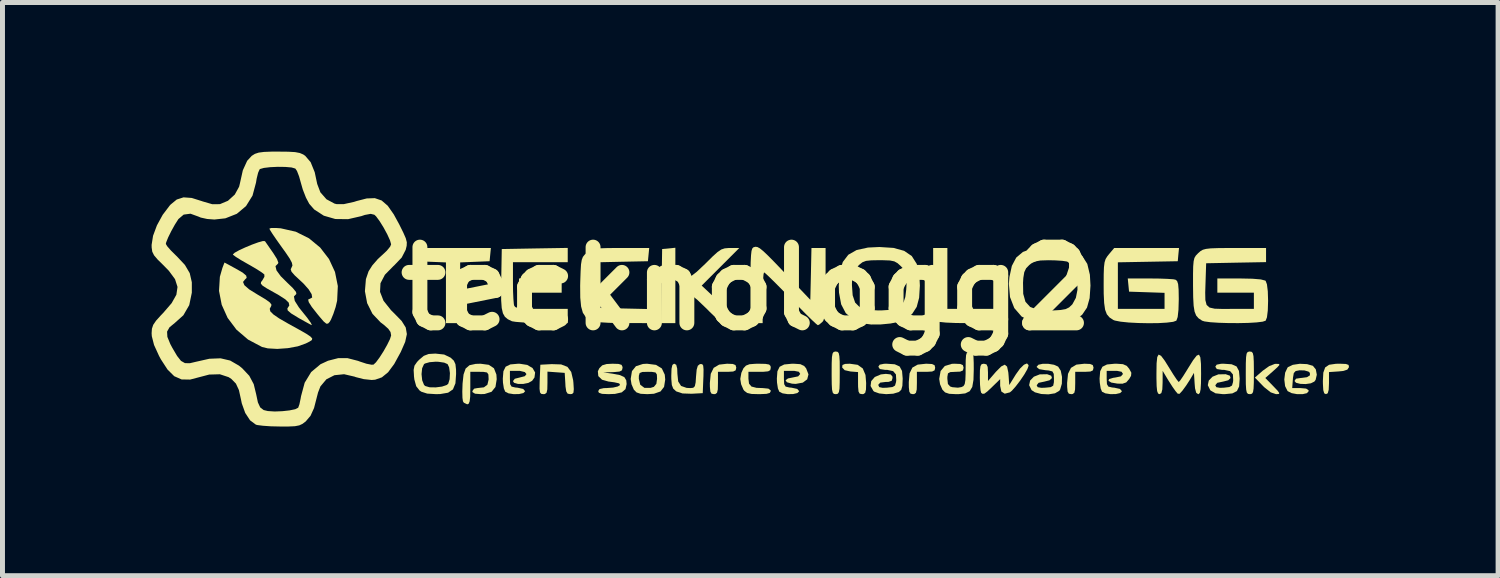
<source format=kicad_pcb>
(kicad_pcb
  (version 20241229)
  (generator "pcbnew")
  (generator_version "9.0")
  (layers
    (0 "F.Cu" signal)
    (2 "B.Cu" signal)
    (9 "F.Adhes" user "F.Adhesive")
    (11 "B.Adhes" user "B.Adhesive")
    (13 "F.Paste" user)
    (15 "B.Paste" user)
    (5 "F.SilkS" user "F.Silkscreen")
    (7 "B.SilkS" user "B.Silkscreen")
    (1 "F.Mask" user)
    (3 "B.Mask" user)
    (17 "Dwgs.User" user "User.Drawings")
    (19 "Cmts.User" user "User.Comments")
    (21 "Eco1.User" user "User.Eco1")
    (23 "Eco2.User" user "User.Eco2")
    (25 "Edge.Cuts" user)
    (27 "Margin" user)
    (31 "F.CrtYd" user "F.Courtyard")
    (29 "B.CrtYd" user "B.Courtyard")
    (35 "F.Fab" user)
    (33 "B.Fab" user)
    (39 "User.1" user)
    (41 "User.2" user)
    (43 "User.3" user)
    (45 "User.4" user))
  (footprint "tecknologg2"
    (layer "F.Cu")
    (at 11.965 2.756)
    (property "Reference" "tecknologg2" (at 0 0 0) (layer "F.SilkS") (effects (font (size 1.524 1.524) (thickness 0.3))))
    (attr through_hole)
    (fp_poly (pts (xy -3.716 0.082) (xy -4.574 0.082) (xy -4.574 -0.204) (xy -3.716 -0.204)) (stroke (width 0) (type solid)) (fill yes) (layer "F.SilkS"))
    (fp_poly (pts (xy -1.429 0.694) (xy -1.717 0.694) (xy -1.706 -0.051) (xy -1.695 -0.796) (xy -1.429 -0.822)) (stroke (width 0) (type solid)) (fill yes) (layer "F.SilkS"))
    (fp_poly (pts (xy -5.166 -0.551) (xy -5.758 -0.527) (xy -5.758 0.694) (xy -6.044 0.694) (xy -6.044 -0.527) (xy -6.34 -0.539) (xy -6.636 -0.551) (xy -6.661 -0.817) (xy -5.14 -0.817)) (stroke (width 0) (type solid)) (fill yes) (layer "F.SilkS"))
    (fp_poly (pts (xy 4.043 0.408) (xy 5.145 0.408) (xy 5.145 0.694) (xy 4.5 0.694) (xy 4.217 0.692) (xy 4.011 0.683) (xy 3.877 0.669) (xy 3.81 0.649) (xy 3.806 0.645) (xy 3.786 0.592) (xy 3.771 0.476) (xy 3.762 0.29) (xy 3.757 0.031) (xy 3.757 -0.11) (xy 3.757 -0.817) (xy 4.043 -0.817)) (stroke (width 0) (type solid)) (fill yes) (layer "F.SilkS"))
    (fp_poly (pts (xy 10.713 1.516) (xy 10.724 1.534) (xy 10.684 1.58) (xy 10.6 1.656) (xy 10.439 1.798) (xy 10.598 1.961) (xy 10.686 2.053) (xy 10.721 2.102) (xy 10.709 2.12) (xy 10.654 2.123) (xy 10.548 2.087) (xy 10.418 1.984) (xy 10.391 1.957) (xy 10.229 1.79) (xy 10.389 1.65) (xy 10.517 1.559) (xy 10.63 1.515) (xy 10.655 1.513)) (stroke (width 0) (type solid)) (fill yes) (layer "F.SilkS"))
    (fp_poly (pts (xy 2.238 1.533) (xy 2.341 1.606) (xy 2.396 1.737) (xy 2.409 1.899) (xy 2.406 2.029) (xy 2.39 2.096) (xy 2.356 2.121) (xy 2.328 2.123) (xy 2.28 2.114) (xy 2.256 2.071) (xy 2.247 1.976) (xy 2.246 1.901) (xy 2.246 1.679) (xy 2.093 1.667) (xy 1.977 1.641) (xy 1.928 1.588) (xy 1.927 1.582) (xy 1.933 1.536) (xy 1.986 1.515) (xy 2.08 1.511)) (stroke (width 0) (type solid)) (fill yes) (layer "F.SilkS"))
    (fp_poly (pts (xy 12.061 1.516) (xy 12.114 1.535) (xy 12.122 1.577) (xy 12.121 1.582) (xy 12.089 1.63) (xy 12.004 1.657) (xy 11.914 1.666) (xy 11.72 1.679) (xy 11.72 1.901) (xy 11.714 2.036) (xy 11.695 2.105) (xy 11.659 2.123) (xy 11.624 2.106) (xy 11.605 2.042) (xy 11.598 1.918) (xy 11.597 1.859) (xy 11.606 1.69) (xy 11.643 1.586) (xy 11.722 1.532) (xy 11.86 1.512) (xy 11.945 1.511)) (stroke (width 0) (type solid)) (fill yes) (layer "F.SilkS"))
    (fp_poly (pts (xy -0.273 1.516) (xy -0.219 1.538) (xy -0.204 1.587) (xy -0.204 1.593) (xy -0.216 1.644) (xy -0.266 1.668) (xy -0.375 1.674) (xy -0.388 1.674) (xy -0.572 1.674) (xy -0.572 1.899) (xy -0.575 2.029) (xy -0.591 2.096) (xy -0.625 2.121) (xy -0.653 2.123) (xy -0.701 2.114) (xy -0.725 2.072) (xy -0.734 1.978) (xy -0.735 1.899) (xy -0.717 1.714) (xy -0.658 1.594) (xy -0.548 1.529) (xy -0.388 1.511)) (stroke (width 0) (type solid)) (fill yes) (layer "F.SilkS"))
    (fp_poly (pts (xy 3.734 1.517) (xy 3.786 1.541) (xy 3.798 1.593) (xy 3.786 1.644) (xy 3.736 1.668) (xy 3.627 1.674) (xy 3.614 1.674) (xy 3.43 1.674) (xy 3.43 1.899) (xy 3.427 2.029) (xy 3.411 2.096) (xy 3.377 2.121) (xy 3.349 2.123) (xy 3.303 2.114) (xy 3.278 2.075) (xy 3.268 1.986) (xy 3.267 1.881) (xy 3.283 1.703) (xy 3.339 1.589) (xy 3.446 1.529) (xy 3.614 1.511) (xy 3.623 1.511)) (stroke (width 0) (type solid)) (fill yes) (layer "F.SilkS"))
    (fp_poly (pts (xy 6.914 1.516) (xy 6.968 1.538) (xy 6.983 1.587) (xy 6.983 1.593) (xy 6.971 1.644) (xy 6.921 1.668) (xy 6.812 1.674) (xy 6.799 1.674) (xy 6.615 1.674) (xy 6.615 1.899) (xy 6.612 2.029) (xy 6.597 2.096) (xy 6.562 2.121) (xy 6.534 2.123) (xy 6.487 2.114) (xy 6.462 2.072) (xy 6.453 1.978) (xy 6.452 1.899) (xy 6.47 1.714) (xy 6.53 1.594) (xy 6.639 1.529) (xy 6.799 1.511)) (stroke (width 0) (type solid)) (fill yes) (layer "F.SilkS"))
    (fp_poly (pts (xy 1.833 1.271) (xy 1.857 1.297) (xy 1.87 1.358) (xy 1.877 1.467) (xy 1.878 1.641) (xy 1.878 1.695) (xy 1.877 1.886) (xy 1.873 2.01) (xy 1.861 2.081) (xy 1.84 2.114) (xy 1.807 2.123) (xy 1.797 2.123) (xy 1.76 2.118) (xy 1.737 2.092) (xy 1.723 2.032) (xy 1.717 1.922) (xy 1.715 1.748) (xy 1.715 1.695) (xy 1.716 1.503) (xy 1.721 1.379) (xy 1.733 1.308) (xy 1.754 1.275) (xy 1.787 1.266) (xy 1.797 1.266)) (stroke (width 0) (type solid)) (fill yes) (layer "F.SilkS"))
    (fp_poly (pts (xy 10.164 1.271) (xy 10.187 1.297) (xy 10.201 1.358) (xy 10.207 1.467) (xy 10.209 1.641) (xy 10.209 1.695) (xy 10.208 1.886) (xy 10.203 2.01) (xy 10.192 2.081) (xy 10.171 2.114) (xy 10.138 2.123) (xy 10.127 2.123) (xy 10.091 2.118) (xy 10.067 2.092) (xy 10.054 2.032) (xy 10.047 1.922) (xy 10.046 1.748) (xy 10.046 1.695) (xy 10.047 1.503) (xy 10.052 1.379) (xy 10.063 1.308) (xy 10.084 1.275) (xy 10.117 1.266) (xy 10.127 1.266)) (stroke (width 0) (type solid)) (fill yes) (layer "F.SilkS"))
    (fp_poly (pts (xy -3.727 1.525) (xy -3.6 1.574) (xy -3.524 1.676) (xy -3.485 1.843) (xy -3.48 1.892) (xy -3.472 2.023) (xy -3.479 2.093) (xy -3.506 2.119) (xy -3.546 2.123) (xy -3.596 2.113) (xy -3.624 2.067) (xy -3.639 1.968) (xy -3.642 1.909) (xy -3.655 1.695) (xy -4.002 1.67) (xy -4.002 1.897) (xy -4.005 2.027) (xy -4.02 2.095) (xy -4.054 2.121) (xy -4.085 2.123) (xy -4.128 2.117) (xy -4.152 2.087) (xy -4.161 2.015) (xy -4.159 1.885) (xy -4.157 1.827) (xy -4.145 1.531) (xy -3.917 1.519)) (stroke (width 0) (type solid)) (fill yes) (layer "F.SilkS"))
    (fp_poly (pts (xy -3.594 -0.531) (xy -4.696 -0.531) (xy -4.696 -0.126) (xy -4.694 0.054) (xy -4.687 0.207) (xy -4.678 0.312) (xy -4.671 0.344) (xy -4.649 0.371) (xy -4.599 0.389) (xy -4.507 0.401) (xy -4.36 0.407) (xy -4.147 0.408) (xy -4.12 0.408) (xy -3.594 0.408) (xy -3.594 0.694) (xy -4.114 0.692) (xy -4.319 0.688) (xy -4.5 0.68) (xy -4.638 0.669) (xy -4.714 0.657) (xy -4.717 0.656) (xy -4.799 0.616) (xy -4.858 0.567) (xy -4.898 0.496) (xy -4.922 0.39) (xy -4.933 0.237) (xy -4.935 0.023) (xy -4.932 -0.168) (xy -4.921 -0.796) (xy -4.257 -0.808) (xy -3.594 -0.819)) (stroke (width 0) (type solid)) (fill yes) (layer "F.SilkS"))
    (fp_poly (pts (xy -0.899 -0.061) (xy -0.5 0.314) (xy -0.102 0.69) (xy -0.307 0.692) (xy -0.401 0.691) (xy -0.473 0.678) (xy -0.542 0.643) (xy -0.625 0.576) (xy -0.739 0.466) (xy -0.817 0.388) (xy -0.992 0.221) (xy -1.124 0.119) (xy -1.21 0.082) (xy -1.214 0.082) (xy -1.277 0.069) (xy -1.303 0.016) (xy -1.307 -0.061) (xy -1.299 -0.158) (xy -1.264 -0.198) (xy -1.214 -0.204) (xy -1.13 -0.237) (xy -1.001 -0.336) (xy -0.828 -0.499) (xy -0.817 -0.51) (xy -0.679 -0.647) (xy -0.58 -0.736) (xy -0.505 -0.787) (xy -0.436 -0.81) (xy -0.356 -0.817) (xy -0.328 -0.817) (xy -0.143 -0.817)) (stroke (width 0) (type solid)) (fill yes) (layer "F.SilkS"))
    (fp_poly (pts (xy -1.981 -0.551) (xy -2.523 -0.54) (xy -3.065 -0.528) (xy -3.042 0.388) (xy -2.501 0.399) (xy -1.96 0.411) (xy -1.96 0.694) (xy -2.501 0.693) (xy -2.762 0.688) (xy -2.952 0.677) (xy -3.08 0.657) (xy -3.149 0.633) (xy -3.232 0.572) (xy -3.29 0.485) (xy -3.325 0.359) (xy -3.342 0.182) (xy -3.344 -0.059) (xy -3.342 -0.143) (xy -3.335 -0.348) (xy -3.327 -0.487) (xy -3.312 -0.578) (xy -3.289 -0.638) (xy -3.252 -0.684) (xy -3.214 -0.718) (xy -3.164 -0.757) (xy -3.111 -0.784) (xy -3.04 -0.802) (xy -2.936 -0.811) (xy -2.782 -0.816) (xy -2.565 -0.817) (xy -2.527 -0.817) (xy -1.955 -0.817)) (stroke (width 0) (type solid)) (fill yes) (layer "F.SilkS"))
    (fp_poly (pts (xy -1.411 1.533) (xy -1.392 1.609) (xy -1.388 1.714) (xy -1.372 1.868) (xy -1.314 1.958) (xy -1.203 1.997) (xy -1.128 2.001) (xy -1.069 1.995) (xy -1.037 1.963) (xy -1.021 1.887) (xy -1.013 1.767) (xy -1 1.628) (xy -0.977 1.552) (xy -0.937 1.52) (xy -0.927 1.518) (xy -0.89 1.519) (xy -0.869 1.549) (xy -0.862 1.626) (xy -0.864 1.765) (xy -0.866 1.804) (xy -0.878 2.103) (xy -1.103 2.115) (xy -1.285 2.109) (xy -1.407 2.069) (xy -1.419 2.061) (xy -1.472 2.011) (xy -1.5 1.939) (xy -1.51 1.821) (xy -1.511 1.754) (xy -1.506 1.612) (xy -1.489 1.536) (xy -1.456 1.511) (xy -1.45 1.511)) (stroke (width 0) (type solid)) (fill yes) (layer "F.SilkS"))
    (fp_poly (pts (xy 0.383 1.514) (xy 0.457 1.527) (xy 0.486 1.557) (xy 0.49 1.593) (xy 0.48 1.64) (xy 0.438 1.664) (xy 0.344 1.673) (xy 0.265 1.674) (xy 0.041 1.674) (xy 0.041 1.813) (xy 0.053 1.912) (xy 0.102 1.97) (xy 0.203 1.996) (xy 0.33 2.001) (xy 0.442 2.012) (xy 0.488 2.046) (xy 0.49 2.062) (xy 0.471 2.098) (xy 0.404 2.117) (xy 0.273 2.123) (xy 0.247 2.123) (xy 0.103 2.119) (xy 0.016 2.099) (xy -0.04 2.057) (xy -0.059 2.033) (xy -0.106 1.924) (xy -0.123 1.817) (xy -0.101 1.694) (xy -0.059 1.602) (xy -0.009 1.549) (xy 0.063 1.521) (xy 0.182 1.512) (xy 0.247 1.511)) (stroke (width 0) (type solid)) (fill yes) (layer "F.SilkS"))
    (fp_poly (pts (xy -1.818 1.534) (xy -1.701 1.606) (xy -1.642 1.731) (xy -1.633 1.831) (xy -1.656 1.977) (xy -1.728 2.069) (xy -1.86 2.115) (xy -1.992 2.123) (xy -2.127 2.116) (xy -2.21 2.088) (xy -2.264 2.033) (xy -2.311 1.924) (xy -2.328 1.817) (xy -2.327 1.814) (xy -2.164 1.814) (xy -2.135 1.934) (xy -2.052 1.996) (xy -1.925 1.996) (xy -1.861 1.976) (xy -1.811 1.915) (xy -1.797 1.813) (xy -1.801 1.728) (xy -1.828 1.687) (xy -1.901 1.675) (xy -1.981 1.674) (xy -2.093 1.677) (xy -2.147 1.698) (xy -2.163 1.753) (xy -2.164 1.814) (xy -2.327 1.814) (xy -2.302 1.66) (xy -2.222 1.561) (xy -2.082 1.516) (xy -1.999 1.511)) (stroke (width 0) (type solid)) (fill yes) (layer "F.SilkS"))
    (fp_poly (pts (xy -5.182 1.533) (xy -5.078 1.603) (xy -5.029 1.729) (xy -5.023 1.824) (xy -5.048 1.979) (xy -5.127 2.076) (xy -5.267 2.12) (xy -5.343 2.123) (xy -5.459 2.114) (xy -5.509 2.083) (xy -5.513 2.062) (xy -5.478 2.013) (xy -5.414 2.001) (xy -5.28 1.986) (xy -5.21 1.933) (xy -5.186 1.831) (xy -5.186 1.813) (xy -5.19 1.728) (xy -5.218 1.687) (xy -5.29 1.675) (xy -5.37 1.674) (xy -5.554 1.674) (xy -5.554 2.001) (xy -5.556 2.168) (xy -5.567 2.268) (xy -5.587 2.316) (xy -5.616 2.328) (xy -5.684 2.295) (xy -5.702 2.266) (xy -5.712 2.196) (xy -5.715 2.071) (xy -5.71 1.918) (xy -5.71 1.914) (xy -5.69 1.728) (xy -5.648 1.608) (xy -5.57 1.541) (xy -5.445 1.514) (xy -5.348 1.511)) (stroke (width 0) (type solid)) (fill yes) (layer "F.SilkS"))
    (fp_poly (pts (xy -4.409 1.535) (xy -4.302 1.598) (xy -4.25 1.687) (xy -4.263 1.788) (xy -4.311 1.855) (xy -4.387 1.897) (xy -4.492 1.918) (xy -4.596 1.917) (xy -4.673 1.895) (xy -4.696 1.861) (xy -4.659 1.813) (xy -4.563 1.789) (xy -4.458 1.762) (xy -4.424 1.72) (xy -4.457 1.679) (xy -4.556 1.655) (xy -4.594 1.654) (xy -4.757 1.654) (xy -4.757 1.817) (xy -4.753 1.922) (xy -4.724 1.971) (xy -4.649 1.989) (xy -4.604 1.993) (xy -4.49 2.018) (xy -4.451 2.064) (xy -4.451 2.065) (xy -4.486 2.101) (xy -4.573 2.121) (xy -4.682 2.123) (xy -4.785 2.107) (xy -4.851 2.074) (xy -4.879 2.008) (xy -4.897 1.891) (xy -4.9 1.81) (xy -4.888 1.662) (xy -4.843 1.571) (xy -4.749 1.525) (xy -4.593 1.511) (xy -4.562 1.511)) (stroke (width 0) (type solid)) (fill yes) (layer "F.SilkS"))
    (fp_poly (pts (xy -2.571 1.515) (xy -2.511 1.534) (xy -2.492 1.575) (xy -2.491 1.593) (xy -2.503 1.643) (xy -2.553 1.669) (xy -2.661 1.679) (xy -2.685 1.68) (xy -2.879 1.685) (xy -2.695 1.711) (xy -2.543 1.74) (xy -2.456 1.78) (xy -2.417 1.844) (xy -2.409 1.92) (xy -2.432 2.022) (xy -2.507 2.087) (xy -2.644 2.118) (xy -2.774 2.123) (xy -2.904 2.117) (xy -2.967 2.095) (xy -2.981 2.062) (xy -2.955 2.021) (xy -2.869 2.002) (xy -2.807 2) (xy -2.682 1.991) (xy -2.588 1.969) (xy -2.541 1.94) (xy -2.556 1.91) (xy -2.574 1.903) (xy -2.655 1.885) (xy -2.768 1.87) (xy -2.772 1.87) (xy -2.904 1.833) (xy -2.979 1.76) (xy -2.988 1.663) (xy -2.958 1.601) (xy -2.899 1.543) (xy -2.811 1.517) (xy -2.693 1.511)) (stroke (width 0) (type solid)) (fill yes) (layer "F.SilkS"))
    (fp_poly (pts (xy 1.085 1.52) (xy 1.162 1.556) (xy 1.202 1.604) (xy 1.249 1.725) (xy 1.223 1.825) (xy 1.135 1.891) (xy 0.992 1.917) (xy 0.917 1.912) (xy 0.815 1.884) (xy 0.788 1.844) (xy 0.836 1.807) (xy 0.926 1.789) (xy 1.042 1.765) (xy 1.082 1.718) (xy 1.082 1.715) (xy 1.055 1.673) (xy 0.966 1.655) (xy 0.919 1.654) (xy 0.755 1.654) (xy 0.755 1.817) (xy 0.76 1.922) (xy 0.789 1.971) (xy 0.864 1.989) (xy 0.909 1.993) (xy 1.023 2.018) (xy 1.062 2.064) (xy 1.062 2.065) (xy 1.026 2.101) (xy 0.94 2.121) (xy 0.831 2.123) (xy 0.728 2.107) (xy 0.662 2.074) (xy 0.634 2.008) (xy 0.616 1.891) (xy 0.613 1.81) (xy 0.624 1.663) (xy 0.669 1.572) (xy 0.761 1.526) (xy 0.916 1.511) (xy 0.956 1.511)) (stroke (width 0) (type solid)) (fill yes) (layer "F.SilkS"))
    (fp_poly (pts (xy -10.272 -0.402) (xy -10.132 -0.321) (xy -10.062 -0.261) (xy -10.053 -0.216) (xy -10.086 -0.184) (xy -10.126 -0.134) (xy -10.099 -0.069) (xy -10.003 0.015) (xy -9.832 0.121) (xy -9.822 0.127) (xy -9.671 0.217) (xy -9.584 0.281) (xy -9.553 0.325) (xy -9.561 0.354) (xy -9.589 0.406) (xy -9.577 0.458) (xy -9.516 0.519) (xy -9.4 0.599) (xy -9.218 0.704) (xy -9.204 0.712) (xy -8.997 0.826) (xy -8.855 0.907) (xy -8.77 0.964) (xy -8.734 1.003) (xy -8.741 1.034) (xy -8.784 1.063) (xy -8.856 1.1) (xy -8.862 1.103) (xy -9.024 1.161) (xy -9.226 1.198) (xy -9.438 1.213) (xy -9.628 1.202) (xy -9.744 1.174) (xy -10.025 1.025) (xy -10.258 0.826) (xy -10.436 0.589) (xy -10.555 0.325) (xy -10.609 0.046) (xy -10.592 -0.238) (xy -10.541 -0.416) (xy -10.499 -0.525)) (stroke (width 0) (type solid)) (fill yes) (layer "F.SilkS"))
    (fp_poly (pts (xy -9.367 -1.213) (xy -9.066 -1.145) (xy -8.799 -1.012) (xy -8.574 -0.826) (xy -8.397 -0.596) (xy -8.276 -0.335) (xy -8.219 -0.051) (xy -8.233 0.243) (xy -8.263 0.371) (xy -8.309 0.509) (xy -8.357 0.624) (xy -8.383 0.669) (xy -8.416 0.704) (xy -8.451 0.705) (xy -8.502 0.663) (xy -8.583 0.569) (xy -8.63 0.512) (xy -8.744 0.367) (xy -8.804 0.272) (xy -8.816 0.22) (xy -8.782 0.204) (xy -8.78 0.204) (xy -8.735 0.179) (xy -8.746 0.112) (xy -8.806 0.015) (xy -8.91 -0.102) (xy -8.97 -0.158) (xy -9.087 -0.267) (xy -9.15 -0.339) (xy -9.167 -0.388) (xy -9.149 -0.427) (xy -9.132 -0.465) (xy -9.143 -0.52) (xy -9.187 -0.604) (xy -9.272 -0.73) (xy -9.347 -0.834) (xy -9.45 -0.979) (xy -9.533 -1.1) (xy -9.584 -1.181) (xy -9.596 -1.207) (xy -9.56 -1.219) (xy -9.465 -1.22)) (stroke (width 0) (type solid)) (fill yes) (layer "F.SilkS"))
    (fp_poly (pts (xy 5.675 1.537) (xy 5.676 1.555) (xy 5.652 1.621) (xy 5.591 1.727) (xy 5.508 1.85) (xy 5.419 1.966) (xy 5.341 2.054) (xy 5.301 2.087) (xy 5.197 2.114) (xy 5.129 2.07) (xy 5.105 1.958) (xy 5.105 1.953) (xy 5.105 1.821) (xy 4.95 1.972) (xy 4.85 2.067) (xy 4.79 2.112) (xy 4.752 2.117) (xy 4.723 2.096) (xy 4.71 2.044) (xy 4.7 1.935) (xy 4.696 1.791) (xy 4.696 1.79) (xy 4.698 1.642) (xy 4.709 1.558) (xy 4.732 1.52) (xy 4.774 1.511) (xy 4.778 1.511) (xy 4.83 1.524) (xy 4.854 1.576) (xy 4.86 1.684) (xy 4.86 1.858) (xy 5.019 1.674) (xy 5.126 1.566) (xy 5.198 1.53) (xy 5.244 1.569) (xy 5.269 1.686) (xy 5.275 1.756) (xy 5.288 1.94) (xy 5.421 1.725) (xy 5.506 1.607) (xy 5.584 1.531) (xy 5.645 1.505)) (stroke (width 0) (type solid)) (fill yes) (layer "F.SilkS"))
    (fp_poly (pts (xy 6.076 1.513) (xy 6.189 1.532) (xy 6.271 1.569) (xy 6.324 1.651) (xy 6.349 1.776) (xy 6.346 1.914) (xy 6.312 2.029) (xy 6.294 2.056) (xy 6.208 2.106) (xy 6.076 2.127) (xy 5.931 2.12) (xy 5.804 2.086) (xy 5.737 2.042) (xy 5.688 1.943) (xy 5.708 1.849) (xy 5.783 1.772) (xy 5.902 1.725) (xy 6.05 1.722) (xy 6.132 1.752) (xy 6.147 1.799) (xy 6.099 1.844) (xy 5.997 1.87) (xy 5.993 1.871) (xy 5.878 1.895) (xy 5.84 1.944) (xy 5.84 1.945) (xy 5.86 1.983) (xy 5.933 1.996) (xy 6.013 1.993) (xy 6.122 1.982) (xy 6.172 1.953) (xy 6.186 1.883) (xy 6.187 1.817) (xy 6.183 1.715) (xy 6.156 1.666) (xy 6.083 1.647) (xy 6.013 1.641) (xy 5.889 1.62) (xy 5.841 1.579) (xy 5.84 1.57) (xy 5.875 1.531) (xy 5.963 1.512)) (stroke (width 0) (type solid)) (fill yes) (layer "F.SilkS"))
    (fp_poly (pts (xy 7.575 1.52) (xy 7.652 1.554) (xy 7.701 1.613) (xy 7.744 1.692) (xy 7.738 1.755) (xy 7.7 1.819) (xy 7.641 1.887) (xy 7.565 1.913) (xy 7.464 1.911) (xy 7.341 1.89) (xy 7.284 1.856) (xy 7.296 1.82) (xy 7.381 1.794) (xy 7.419 1.789) (xy 7.535 1.765) (xy 7.575 1.718) (xy 7.575 1.715) (xy 7.548 1.673) (xy 7.459 1.655) (xy 7.412 1.654) (xy 7.248 1.654) (xy 7.248 1.817) (xy 7.253 1.922) (xy 7.282 1.971) (xy 7.357 1.989) (xy 7.402 1.993) (xy 7.515 2.018) (xy 7.555 2.064) (xy 7.555 2.065) (xy 7.519 2.101) (xy 7.433 2.121) (xy 7.324 2.123) (xy 7.221 2.107) (xy 7.154 2.074) (xy 7.127 2.008) (xy 7.109 1.891) (xy 7.105 1.81) (xy 7.117 1.663) (xy 7.162 1.572) (xy 7.254 1.526) (xy 7.409 1.511) (xy 7.449 1.511)) (stroke (width 0) (type solid)) (fill yes) (layer "F.SilkS"))
    (fp_poly (pts (xy 9.762 1.522) (xy 9.861 1.566) (xy 9.909 1.656) (xy 9.923 1.807) (xy 9.923 1.817) (xy 9.912 1.969) (xy 9.868 2.061) (xy 9.776 2.108) (xy 9.622 2.123) (xy 9.585 2.123) (xy 9.436 2.106) (xy 9.339 2.05) (xy 9.331 2.042) (xy 9.282 1.943) (xy 9.302 1.849) (xy 9.377 1.772) (xy 9.495 1.725) (xy 9.643 1.722) (xy 9.726 1.752) (xy 9.74 1.799) (xy 9.693 1.844) (xy 9.591 1.87) (xy 9.586 1.871) (xy 9.472 1.895) (xy 9.433 1.944) (xy 9.433 1.945) (xy 9.454 1.983) (xy 9.527 1.996) (xy 9.607 1.993) (xy 9.716 1.98) (xy 9.769 1.95) (xy 9.789 1.881) (xy 9.793 1.842) (xy 9.787 1.726) (xy 9.731 1.66) (xy 9.614 1.635) (xy 9.566 1.634) (xy 9.464 1.618) (xy 9.433 1.572) (xy 9.46 1.53) (xy 9.548 1.512) (xy 9.599 1.511)) (stroke (width 0) (type solid)) (fill yes) (layer "F.SilkS"))
    (fp_poly (pts (xy 11.279 1.519) (xy 11.396 1.553) (xy 11.455 1.625) (xy 11.475 1.732) (xy 11.451 1.836) (xy 11.426 1.87) (xy 11.355 1.905) (xy 11.251 1.92) (xy 11.142 1.916) (xy 11.057 1.894) (xy 11.026 1.858) (xy 11.057 1.812) (xy 11.157 1.797) (xy 11.166 1.797) (xy 11.277 1.782) (xy 11.337 1.744) (xy 11.335 1.694) (xy 11.307 1.669) (xy 11.227 1.646) (xy 11.128 1.643) (xy 11.05 1.658) (xy 11.012 1.699) (xy 10.996 1.791) (xy 10.993 1.827) (xy 10.98 2.001) (xy 11.146 2.001) (xy 11.26 2.011) (xy 11.308 2.043) (xy 11.312 2.062) (xy 11.277 2.103) (xy 11.19 2.123) (xy 11.078 2.123) (xy 10.969 2.103) (xy 10.89 2.063) (xy 10.886 2.059) (xy 10.837 1.962) (xy 10.821 1.827) (xy 10.838 1.691) (xy 10.886 1.589) (xy 10.896 1.579) (xy 10.993 1.533) (xy 11.133 1.512)) (stroke (width 0) (type solid)) (fill yes) (layer "F.SilkS"))
    (fp_poly (pts (xy 2.984 1.522) (xy 3.082 1.566) (xy 3.131 1.656) (xy 3.144 1.807) (xy 3.144 1.817) (xy 3.138 1.956) (xy 3.115 2.036) (xy 3.068 2.08) (xy 3.065 2.081) (xy 2.954 2.114) (xy 2.812 2.123) (xy 2.673 2.109) (xy 2.572 2.073) (xy 2.555 2.059) (xy 2.498 1.959) (xy 2.511 1.861) (xy 2.583 1.778) (xy 2.705 1.726) (xy 2.806 1.715) (xy 2.901 1.726) (xy 2.937 1.766) (xy 2.94 1.797) (xy 2.924 1.853) (xy 2.862 1.876) (xy 2.797 1.878) (xy 2.693 1.891) (xy 2.655 1.932) (xy 2.654 1.942) (xy 2.673 1.982) (xy 2.741 1.996) (xy 2.828 1.993) (xy 2.938 1.98) (xy 2.99 1.95) (xy 3.01 1.881) (xy 3.015 1.842) (xy 3.008 1.726) (xy 2.952 1.66) (xy 2.835 1.635) (xy 2.787 1.634) (xy 2.685 1.618) (xy 2.654 1.572) (xy 2.681 1.53) (xy 2.769 1.512) (xy 2.82 1.511)) (stroke (width 0) (type solid)) (fill yes) (layer "F.SilkS"))
    (fp_poly (pts (xy 0.221 -0.837) (xy 0.271 -0.81) (xy 0.34 -0.754) (xy 0.438 -0.661) (xy 0.572 -0.525) (xy 0.752 -0.337) (xy 0.796 -0.29) (xy 1.286 0.225) (xy 1.298 -0.296) (xy 1.309 -0.817) (xy 1.593 -0.817) (xy 1.593 -0.105) (xy 1.591 0.161) (xy 1.588 0.357) (xy 1.58 0.495) (xy 1.567 0.586) (xy 1.549 0.642) (xy 1.528 0.671) (xy 1.466 0.723) (xy 1.437 0.736) (xy 1.401 0.708) (xy 1.318 0.631) (xy 1.198 0.513) (xy 1.05 0.363) (xy 0.897 0.205) (xy 0.731 0.035) (xy 0.585 -0.112) (xy 0.467 -0.228) (xy 0.387 -0.303) (xy 0.355 -0.327) (xy 0.345 -0.288) (xy 0.336 -0.184) (xy 0.329 -0.029) (xy 0.327 0.162) (xy 0.327 0.184) (xy 0.327 0.694) (xy 0.082 0.694) (xy 0.082 -0.057) (xy 0.083 -0.328) (xy 0.086 -0.528) (xy 0.093 -0.668) (xy 0.103 -0.758) (xy 0.119 -0.808) (xy 0.141 -0.831) (xy 0.143 -0.831) (xy 0.181 -0.842)) (stroke (width 0) (type solid)) (fill yes) (layer "F.SilkS"))
    (fp_poly (pts (xy 4.531 1.272) (xy 4.555 1.301) (xy 4.568 1.369) (xy 4.573 1.491) (xy 4.574 1.627) (xy 4.568 1.837) (xy 4.544 1.978) (xy 4.492 2.064) (xy 4.403 2.108) (xy 4.269 2.123) (xy 4.215 2.123) (xy 4.08 2.116) (xy 3.997 2.088) (xy 3.943 2.033) (xy 3.896 1.924) (xy 3.879 1.817) (xy 3.907 1.658) (xy 3.991 1.557) (xy 4.134 1.513) (xy 4.188 1.511) (xy 4.302 1.516) (xy 4.355 1.539) (xy 4.369 1.588) (xy 4.369 1.593) (xy 4.356 1.646) (xy 4.3 1.67) (xy 4.206 1.674) (xy 4.102 1.679) (xy 4.055 1.705) (xy 4.043 1.775) (xy 4.043 1.816) (xy 4.054 1.918) (xy 4.098 1.968) (xy 4.142 1.983) (xy 4.255 1.993) (xy 4.326 1.981) (xy 4.367 1.961) (xy 4.392 1.92) (xy 4.405 1.841) (xy 4.41 1.708) (xy 4.41 1.61) (xy 4.412 1.442) (xy 4.419 1.34) (xy 4.436 1.287) (xy 4.465 1.268) (xy 4.492 1.266)) (stroke (width 0) (type solid)) (fill yes) (layer "F.SilkS"))
    (fp_poly (pts (xy 8.69 -0.684) (xy 8.678 -0.551) (xy 7.473 -0.529) (xy 7.473 0.408) (xy 8.412 0.408) (xy 8.412 0.085) (xy 8.055 0.073) (xy 7.698 0.061) (xy 7.685 -0.071) (xy 7.672 -0.204) (xy 8.12 -0.204) (xy 8.309 -0.202) (xy 8.471 -0.196) (xy 8.588 -0.188) (xy 8.633 -0.179) (xy 8.665 -0.152) (xy 8.685 -0.091) (xy 8.695 0.021) (xy 8.698 0.198) (xy 8.698 0.221) (xy 8.692 0.427) (xy 8.676 0.572) (xy 8.65 0.644) (xy 8.649 0.645) (xy 8.585 0.668) (xy 8.457 0.684) (xy 8.286 0.694) (xy 8.089 0.696) (xy 7.884 0.692) (xy 7.692 0.682) (xy 7.528 0.665) (xy 7.414 0.643) (xy 7.382 0.631) (xy 7.305 0.58) (xy 7.251 0.516) (xy 7.216 0.424) (xy 7.197 0.29) (xy 7.188 0.099) (xy 7.187 -0.076) (xy 7.188 -0.285) (xy 7.193 -0.429) (xy 7.205 -0.527) (xy 7.226 -0.595) (xy 7.261 -0.651) (xy 7.293 -0.691) (xy 7.399 -0.817) (xy 8.703 -0.817)) (stroke (width 0) (type solid)) (fill yes) (layer "F.SilkS"))
    (fp_poly (pts (xy -6.08 1.326) (xy -5.952 1.388) (xy -5.947 1.391) (xy -5.885 1.45) (xy -5.853 1.52) (xy -5.841 1.628) (xy -5.84 1.718) (xy -5.853 1.905) (xy -5.903 2.027) (xy -6.001 2.094) (xy -6.159 2.121) (xy -6.243 2.123) (xy -6.421 2.112) (xy -6.539 2.074) (xy -6.575 2.049) (xy -6.642 1.964) (xy -6.679 1.83) (xy -6.687 1.765) (xy -6.689 1.721) (xy -6.535 1.721) (xy -6.522 1.844) (xy -6.485 1.937) (xy -6.462 1.959) (xy -6.373 1.985) (xy -6.249 1.987) (xy -6.123 1.971) (xy -6.027 1.938) (xy -5.998 1.914) (xy -5.97 1.822) (xy -5.964 1.699) (xy -5.98 1.584) (xy -6.011 1.519) (xy -6.079 1.489) (xy -6.194 1.472) (xy -6.248 1.47) (xy -6.372 1.48) (xy -6.464 1.506) (xy -6.485 1.519) (xy -6.523 1.602) (xy -6.535 1.721) (xy -6.689 1.721) (xy -6.694 1.635) (xy -6.677 1.55) (xy -6.625 1.475) (xy -6.583 1.431) (xy -6.489 1.352) (xy -6.392 1.315) (xy -6.257 1.307)) (stroke (width 0) (type solid)) (fill yes) (layer "F.SilkS"))
    (fp_poly (pts (xy 8.342 1.352) (xy 8.416 1.45) (xy 8.513 1.606) (xy 8.593 1.735) (xy 8.657 1.83) (xy 8.695 1.877) (xy 8.698 1.878) (xy 8.728 1.846) (xy 8.787 1.76) (xy 8.864 1.637) (xy 8.883 1.606) (xy 8.986 1.441) (xy 9.058 1.348) (xy 9.105 1.328) (xy 9.132 1.383) (xy 9.145 1.516) (xy 9.147 1.712) (xy 9.145 1.904) (xy 9.137 2.028) (xy 9.122 2.097) (xy 9.098 2.122) (xy 9.088 2.123) (xy 9.049 2.096) (xy 9.025 2.005) (xy 9.017 1.909) (xy 9.004 1.695) (xy 8.923 1.832) (xy 8.848 1.948) (xy 8.775 2.048) (xy 8.769 2.056) (xy 8.714 2.116) (xy 8.677 2.114) (xy 8.633 2.062) (xy 8.572 1.976) (xy 8.497 1.859) (xy 8.471 1.817) (xy 8.374 1.654) (xy 8.373 1.889) (xy 8.367 2.028) (xy 8.348 2.101) (xy 8.313 2.123) (xy 8.31 2.123) (xy 8.282 2.11) (xy 8.263 2.061) (xy 8.253 1.962) (xy 8.249 1.801) (xy 8.249 1.712) (xy 8.252 1.505) (xy 8.265 1.377) (xy 8.293 1.327)) (stroke (width 0) (type solid)) (fill yes) (layer "F.SilkS"))
    (fp_poly (pts (xy -9.685 -0.955) (xy -9.648 -0.902) (xy -9.581 -0.805) (xy -9.518 -0.715) (xy -9.442 -0.594) (xy -9.415 -0.519) (xy -9.426 -0.499) (xy -9.473 -0.452) (xy -9.453 -0.367) (xy -9.367 -0.249) (xy -9.239 -0.122) (xy -9.124 -0.011) (xy -9.06 0.068) (xy -9.053 0.108) (xy -9.055 0.109) (xy -9.102 0.158) (xy -9.085 0.247) (xy -9.002 0.378) (xy -8.95 0.444) (xy -8.833 0.589) (xy -8.763 0.687) (xy -8.742 0.732) (xy -8.747 0.734) (xy -8.786 0.714) (xy -8.877 0.664) (xy -9.001 0.595) (xy -9.017 0.585) (xy -9.158 0.499) (xy -9.228 0.438) (xy -9.234 0.398) (xy -9.232 0.395) (xy -9.195 0.339) (xy -9.207 0.282) (xy -9.275 0.216) (xy -9.407 0.131) (xy -9.497 0.08) (xy -9.645 -0.003) (xy -9.731 -0.058) (xy -9.767 -0.098) (xy -9.764 -0.132) (xy -9.738 -0.165) (xy -9.696 -0.238) (xy -9.697 -0.284) (xy -9.744 -0.322) (xy -9.844 -0.387) (xy -9.978 -0.466) (xy -10.028 -0.494) (xy -10.166 -0.573) (xy -10.27 -0.638) (xy -10.326 -0.68) (xy -10.33 -0.688) (xy -10.294 -0.722) (xy -10.204 -0.772) (xy -10.081 -0.829) (xy -9.946 -0.885) (xy -9.82 -0.931) (xy -9.726 -0.957)) (stroke (width 0) (type solid)) (fill yes) (layer "F.SilkS"))
    (fp_poly (pts (xy 10.454 -0.533) (xy 9.852 -0.522) (xy 9.249 -0.51) (xy 9.237 -0.143) (xy 9.23 0.079) (xy 9.233 0.231) (xy 9.258 0.328) (xy 9.317 0.381) (xy 9.42 0.404) (xy 9.581 0.409) (xy 9.74 0.408) (xy 10.209 0.408) (xy 10.209 0.082) (xy 9.474 0.082) (xy 9.474 -0.204) (xy 9.935 -0.204) (xy 10.18 -0.199) (xy 10.348 -0.185) (xy 10.437 -0.162) (xy 10.446 -0.155) (xy 10.472 -0.086) (xy 10.489 0.053) (xy 10.495 0.245) (xy 10.489 0.44) (xy 10.472 0.578) (xy 10.446 0.645) (xy 10.386 0.665) (xy 10.262 0.68) (xy 10.093 0.69) (xy 9.898 0.694) (xy 9.694 0.693) (xy 9.5 0.687) (xy 9.334 0.676) (xy 9.215 0.66) (xy 9.168 0.645) (xy 9.097 0.598) (xy 9.048 0.542) (xy 9.016 0.462) (xy 8.997 0.344) (xy 8.988 0.174) (xy 8.985 -0.063) (xy 8.985 -0.073) (xy 8.985 -0.293) (xy 8.988 -0.447) (xy 8.997 -0.55) (xy 9.013 -0.617) (xy 9.041 -0.664) (xy 9.081 -0.706) (xy 9.092 -0.717) (xy 9.136 -0.755) (xy 9.183 -0.782) (xy 9.247 -0.799) (xy 9.342 -0.81) (xy 9.482 -0.815) (xy 9.681 -0.817) (xy 9.827 -0.817) (xy 10.454 -0.817)) (stroke (width 0) (type solid)) (fill yes) (layer "F.SilkS"))
    (fp_poly (pts (xy 6.388 -0.819) (xy 6.603 -0.76) (xy 6.758 -0.655) (xy 6.858 -0.497) (xy 6.91 -0.279) (xy 6.922 -0.061) (xy 6.905 0.191) (xy 6.852 0.382) (xy 6.755 0.525) (xy 6.625 0.624) (xy 6.483 0.678) (xy 6.291 0.711) (xy 6.082 0.723) (xy 5.884 0.711) (xy 5.743 0.678) (xy 5.536 0.561) (xy 5.389 0.391) (xy 5.303 0.17) (xy 5.28 -0.098) (xy 5.282 -0.118) (xy 5.565 -0.118) (xy 5.569 0.105) (xy 5.614 0.265) (xy 5.709 0.369) (xy 5.862 0.426) (xy 6.08 0.442) (xy 6.16 0.44) (xy 6.321 0.43) (xy 6.423 0.412) (xy 6.492 0.378) (xy 6.552 0.321) (xy 6.559 0.313) (xy 6.628 0.186) (xy 6.66 0.025) (xy 6.658 -0.148) (xy 6.625 -0.313) (xy 6.563 -0.449) (xy 6.476 -0.533) (xy 6.444 -0.546) (xy 6.355 -0.559) (xy 6.216 -0.568) (xy 6.077 -0.571) (xy 5.917 -0.566) (xy 5.81 -0.547) (xy 5.73 -0.506) (xy 5.691 -0.475) (xy 5.627 -0.409) (xy 5.59 -0.331) (xy 5.571 -0.215) (xy 5.565 -0.118) (xy 5.282 -0.118) (xy 5.291 -0.231) (xy 5.34 -0.457) (xy 5.428 -0.624) (xy 5.563 -0.738) (xy 5.754 -0.807) (xy 6.009 -0.835) (xy 6.105 -0.837)) (stroke (width 0) (type solid)) (fill yes) (layer "F.SilkS"))
    (fp_poly (pts (xy 2.958 -0.819) (xy 3.173 -0.76) (xy 3.327 -0.655) (xy 3.427 -0.497) (xy 3.479 -0.279) (xy 3.49 -0.061) (xy 3.475 0.184) (xy 3.426 0.368) (xy 3.335 0.508) (xy 3.196 0.618) (xy 3.073 0.667) (xy 2.898 0.702) (xy 2.7 0.721) (xy 2.508 0.722) (xy 2.351 0.7) (xy 2.348 0.7) (xy 2.144 0.619) (xy 1.999 0.493) (xy 1.907 0.317) (xy 1.863 0.081) (xy 1.858 -0.061) (xy 1.859 -0.073) (xy 2.123 -0.073) (xy 2.138 0.135) (xy 2.188 0.282) (xy 2.283 0.376) (xy 2.433 0.426) (xy 2.648 0.439) (xy 2.725 0.438) (xy 2.892 0.427) (xy 3.001 0.406) (xy 3.076 0.368) (xy 3.112 0.336) (xy 3.165 0.266) (xy 3.197 0.169) (xy 3.215 0.022) (xy 3.219 -0.039) (xy 3.225 -0.192) (xy 3.218 -0.289) (xy 3.191 -0.357) (xy 3.136 -0.422) (xy 3.111 -0.448) (xy 3.042 -0.511) (xy 2.976 -0.548) (xy 2.888 -0.566) (xy 2.753 -0.571) (xy 2.675 -0.572) (xy 2.512 -0.569) (xy 2.407 -0.558) (xy 2.334 -0.53) (xy 2.27 -0.479) (xy 2.243 -0.452) (xy 2.176 -0.377) (xy 2.14 -0.3) (xy 2.126 -0.194) (xy 2.123 -0.073) (xy 1.859 -0.073) (xy 1.877 -0.33) (xy 1.939 -0.535) (xy 2.05 -0.681) (xy 2.217 -0.776) (xy 2.446 -0.826) (xy 2.675 -0.837)) (stroke (width 0) (type solid)) (fill yes) (layer "F.SilkS"))
    (fp_poly (pts (xy -9.214 -2.754) (xy -9.077 -2.746) (xy -8.984 -2.728) (xy -8.914 -2.698) (xy -8.875 -2.671) (xy -8.766 -2.544) (xy -8.684 -2.342) (xy -8.634 -2.106) (xy -8.57 -1.937) (xy -8.447 -1.797) (xy -8.285 -1.71) (xy -8.244 -1.7) (xy -8.097 -1.7) (xy -7.893 -1.745) (xy -7.84 -1.762) (xy -7.638 -1.814) (xy -7.475 -1.82) (xy -7.338 -1.773) (xy -7.215 -1.667) (xy -7.094 -1.494) (xy -6.982 -1.289) (xy -6.901 -1.125) (xy -6.852 -1.013) (xy -6.831 -0.932) (xy -6.834 -0.862) (xy -6.853 -0.783) (xy -6.854 -0.78) (xy -6.934 -0.625) (xy -7.085 -0.467) (xy -7.103 -0.451) (xy -7.272 -0.279) (xy -7.361 -0.108) (xy -7.37 0.065) (xy -7.3 0.244) (xy -7.149 0.434) (xy -7.081 0.501) (xy -6.935 0.651) (xy -6.853 0.782) (xy -6.83 0.915) (xy -6.864 1.072) (xy -6.951 1.271) (xy -6.955 1.279) (xy -7.085 1.517) (xy -7.208 1.683) (xy -7.333 1.785) (xy -7.467 1.832) (xy -7.538 1.838) (xy -7.698 1.821) (xy -7.859 1.78) (xy -7.882 1.771) (xy -8.093 1.722) (xy -8.287 1.742) (xy -8.45 1.825) (xy -8.569 1.967) (xy -8.617 2.09) (xy -8.656 2.241) (xy -8.696 2.397) (xy -8.699 2.406) (xy -8.768 2.558) (xy -8.865 2.672) (xy -8.93 2.721) (xy -8.995 2.751) (xy -9.082 2.768) (xy -9.211 2.774) (xy -9.385 2.774) (xy -9.566 2.77) (xy -9.724 2.759) (xy -9.835 2.745) (xy -9.867 2.737) (xy -9.984 2.65) (xy -10.082 2.501) (xy -10.151 2.309) (xy -10.167 2.231) (xy -10.209 2.041) (xy -10.269 1.911) (xy -10.36 1.818) (xy -10.416 1.781) (xy -10.592 1.723) (xy -10.806 1.729) (xy -10.985 1.776) (xy -11.191 1.83) (xy -11.362 1.827) (xy -11.51 1.762) (xy -11.645 1.628) (xy -11.779 1.422) (xy -11.816 1.353) (xy -11.916 1.134) (xy -11.961 0.958) (xy -11.965 0.899) (xy -11.959 0.807) (xy -11.933 0.729) (xy -11.875 0.644) (xy -11.773 0.531) (xy -11.73 0.487) (xy -11.562 0.292) (xy -11.467 0.123) (xy -11.444 -0.034) (xy -11.494 -0.19) (xy -11.617 -0.357) (xy -11.724 -0.467) (xy -11.844 -0.585) (xy -11.916 -0.67) (xy -11.952 -0.743) (xy -11.964 -0.826) (xy -11.965 -0.88) (xy -11.962 -0.899) (xy -11.679 -0.899) (xy -11.651 -0.852) (xy -11.577 -0.767) (xy -11.472 -0.663) (xy -11.456 -0.648) (xy -11.295 -0.476) (xy -11.198 -0.311) (xy -11.156 -0.128) (xy -11.156 0.082) (xy -11.208 0.332) (xy -11.326 0.536) (xy -11.5 0.692) (xy -11.605 0.778) (xy -11.654 0.865) (xy -11.648 0.971) (xy -11.589 1.115) (xy -11.548 1.192) (xy -11.452 1.355) (xy -11.374 1.454) (xy -11.294 1.499) (xy -11.197 1.501) (xy -11.078 1.473) (xy -10.804 1.411) (xy -10.578 1.402) (xy -10.385 1.447) (xy -10.207 1.55) (xy -10.142 1.603) (xy -10 1.754) (xy -9.911 1.922) (xy -9.862 2.123) (xy -9.827 2.289) (xy -9.781 2.389) (xy -9.711 2.443) (xy -9.627 2.463) (xy -9.491 2.472) (xy -9.337 2.466) (xy -9.191 2.45) (xy -9.075 2.426) (xy -9.016 2.396) (xy -9.016 2.395) (xy -8.992 2.328) (xy -8.968 2.215) (xy -8.959 2.164) (xy -8.886 1.893) (xy -8.755 1.678) (xy -8.567 1.521) (xy -8.416 1.451) (xy -8.213 1.399) (xy -8.023 1.399) (xy -7.814 1.453) (xy -7.771 1.469) (xy -7.643 1.511) (xy -7.541 1.531) (xy -7.501 1.529) (xy -7.452 1.483) (xy -7.38 1.386) (xy -7.3 1.261) (xy -7.226 1.13) (xy -7.17 1.016) (xy -7.147 0.943) (xy -7.147 0.94) (xy -7.159 0.873) (xy -7.204 0.808) (xy -7.295 0.727) (xy -7.359 0.679) (xy -7.522 0.507) (xy -7.629 0.293) (xy -7.674 0.053) (xy -7.654 -0.191) (xy -7.601 -0.347) (xy -7.526 -0.466) (xy -7.414 -0.595) (xy -7.337 -0.666) (xy -7.235 -0.761) (xy -7.166 -0.845) (xy -7.147 -0.891) (xy -7.169 -0.97) (xy -7.224 -1.091) (xy -7.298 -1.228) (xy -7.378 -1.357) (xy -7.449 -1.453) (xy -7.484 -1.486) (xy -7.558 -1.504) (xy -7.676 -1.482) (xy -7.747 -1.458) (xy -8.013 -1.397) (xy -8.269 -1.4) (xy -8.501 -1.467) (xy -8.694 -1.592) (xy -8.794 -1.706) (xy -8.86 -1.83) (xy -8.924 -1.994) (xy -8.96 -2.12) (xy -8.999 -2.259) (xy -9.041 -2.367) (xy -9.074 -2.415) (xy -9.149 -2.437) (xy -9.275 -2.448) (xy -9.427 -2.45) (xy -9.579 -2.443) (xy -9.706 -2.428) (xy -9.784 -2.406) (xy -9.793 -2.398) (xy -9.823 -2.33) (xy -9.852 -2.212) (xy -9.865 -2.132) (xy -9.935 -1.871) (xy -10.066 -1.66) (xy -10.251 -1.505) (xy -10.481 -1.414) (xy -10.702 -1.39) (xy -10.848 -1.401) (xy -10.976 -1.429) (xy -11.026 -1.45) (xy -11.183 -1.507) (xy -11.32 -1.489) (xy -11.426 -1.399) (xy -11.498 -1.286) (xy -11.571 -1.154) (xy -11.633 -1.028) (xy -11.672 -0.931) (xy -11.679 -0.899) (xy -11.962 -0.899) (xy -11.936 -1.063) (xy -11.858 -1.273) (xy -11.742 -1.485) (xy -11.601 -1.671) (xy -11.584 -1.69) (xy -11.46 -1.792) (xy -11.323 -1.836) (xy -11.158 -1.824) (xy -10.948 -1.758) (xy -10.941 -1.755) (xy -10.745 -1.698) (xy -10.591 -1.699) (xy -10.429 -1.767) (xy -10.292 -1.892) (xy -10.205 -2.05) (xy -10.189 -2.115) (xy -10.13 -2.38) (xy -10.043 -2.571) (xy -9.951 -2.671) (xy -9.887 -2.711) (xy -9.811 -2.736) (xy -9.703 -2.75) (xy -9.546 -2.756) (xy -9.413 -2.756)) (stroke (width 0) (type solid)) (fill yes) (layer "F.SilkS")))
  (gr_rect
    (start -3 -3)
    (end 27.087 8.531)
    (stroke (width 0.1) (type default))
    (fill no)
    (layer "Edge.Cuts")))
</source>
